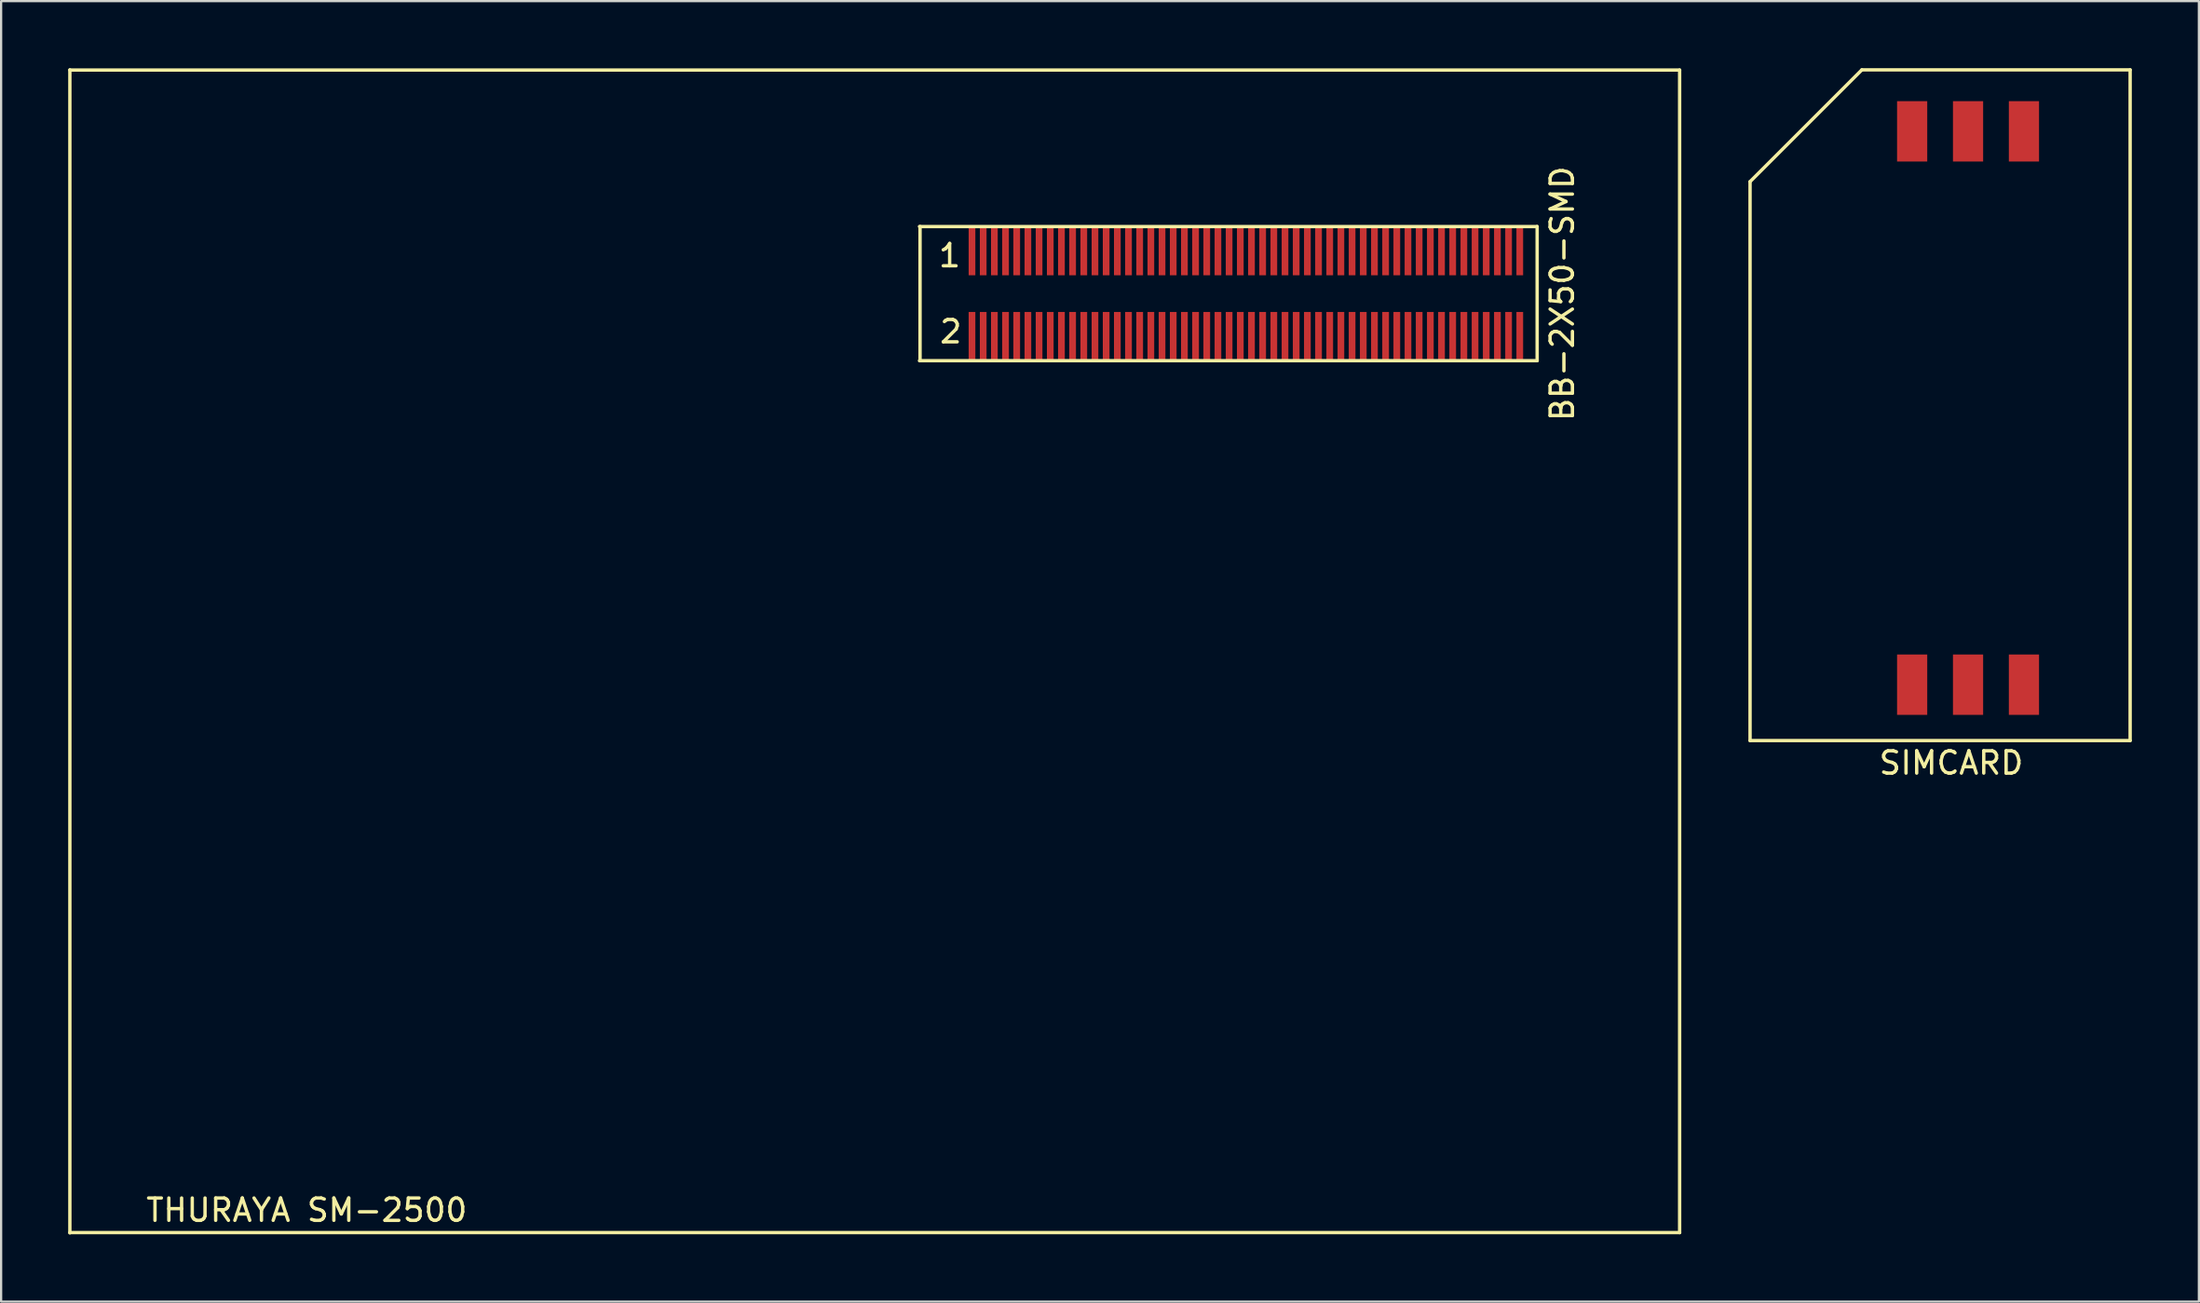
<source format=kicad_pcb>
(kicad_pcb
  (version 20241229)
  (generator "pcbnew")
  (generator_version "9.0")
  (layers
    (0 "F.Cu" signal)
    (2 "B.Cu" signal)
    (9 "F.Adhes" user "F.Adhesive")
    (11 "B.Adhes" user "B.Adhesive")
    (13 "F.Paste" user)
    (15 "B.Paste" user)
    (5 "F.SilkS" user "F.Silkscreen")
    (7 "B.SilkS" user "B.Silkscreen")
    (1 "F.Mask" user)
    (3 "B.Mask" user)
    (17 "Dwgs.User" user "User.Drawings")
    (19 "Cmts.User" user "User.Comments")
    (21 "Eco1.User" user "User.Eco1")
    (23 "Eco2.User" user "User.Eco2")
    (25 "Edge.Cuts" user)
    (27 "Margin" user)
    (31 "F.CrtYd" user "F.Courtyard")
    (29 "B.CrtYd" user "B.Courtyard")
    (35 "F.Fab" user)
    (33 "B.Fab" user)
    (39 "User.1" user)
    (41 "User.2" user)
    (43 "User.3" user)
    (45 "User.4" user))
  (footprint "BB-2X50-SMD"
    (layer "F.Cu")
    (at 65.075 10.083)
    (property "Reference" "BB-2X50-SMD" (at 1.75 0 270) (layer "F.SilkS") (effects (font (size 1 1) (thickness 0.15))))
    (attr smd)
    (fp_line (start -65 -10.008) (end -65 42.012) (stroke (width 0.15) (type solid)) (layer "F.SilkS"))
    (fp_line (start -65 -10) (end 7 -10) (stroke (width 0.15) (type solid)) (layer "F.SilkS"))
    (fp_line (start -27 3) (end 0.627 3) (stroke (width 0.15) (type solid)) (layer "F.SilkS"))
    (fp_line (start -26.974 3) (end -26.974 -3) (stroke (width 0.15) (type solid)) (layer "F.SilkS"))
    (fp_line (start 0.623 -3) (end -27 -3) (stroke (width 0.15) (type solid)) (layer "F.SilkS"))
    (fp_line (start 0.627 3) (end 0.627 -3) (stroke (width 0.15) (type solid)) (layer "F.SilkS"))
    (fp_line (start 7 -10) (end 7 42) (stroke (width 0.15) (type solid)) (layer "F.SilkS"))
    (fp_line (start 7 42) (end -65 42) (stroke (width 0.15) (type solid)) (layer "F.SilkS"))
    (fp_text user "2" (at -25.599 1.701 0) (layer "F.SilkS") (effects (font (size 1 1) (thickness 0.15))))
    (fp_text user "1" (at -25.65 -1.7 0) (layer "F.SilkS") (effects (font (size 1 1) (thickness 0.15))))
    (fp_text user "THURAYA SM-2500" (at -54.407 40.996 0) (layer "F.SilkS") (effects (font (size 1 1) (thickness 0.15))))
    (pad "1" smd rect (at -24.65 -1.9 180) (size 0.3 2.159) (layers "F.Cu" "F.Mask" "F.Paste"))
    (pad "2" smd rect (at -24.65 1.9 180) (size 0.3 2.159) (layers "F.Cu" "F.Mask" "F.Paste"))
    (pad "3" smd rect (at -24.15 -1.9 180) (size 0.3 2.159) (layers "F.Cu" "F.Mask" "F.Paste"))
    (pad "4" smd rect (at -24.15 1.9 180) (size 0.3 2.159) (layers "F.Cu" "F.Mask" "F.Paste"))
    (pad "5" smd rect (at -23.65 -1.9 180) (size 0.3 2.159) (layers "F.Cu" "F.Mask" "F.Paste"))
    (pad "6" smd rect (at -23.65 1.9 180) (size 0.3 2.159) (layers "F.Cu" "F.Mask" "F.Paste"))
    (pad "7" smd rect (at -23.15 -1.9 180) (size 0.3 2.159) (layers "F.Cu" "F.Mask" "F.Paste"))
    (pad "8" smd rect (at -23.15 1.9 180) (size 0.3 2.159) (layers "F.Cu" "F.Mask" "F.Paste"))
    (pad "9" smd rect (at -22.65 -1.9 180) (size 0.3 2.159) (layers "F.Cu" "F.Mask" "F.Paste"))
    (pad "10" smd rect (at -22.65 1.9 180) (size 0.3 2.159) (layers "F.Cu" "F.Mask" "F.Paste"))
    (pad "11" smd rect (at -22.15 -1.9 180) (size 0.3 2.159) (layers "F.Cu" "F.Mask" "F.Paste"))
    (pad "12" smd rect (at -22.15 1.9 180) (size 0.3 2.159) (layers "F.Cu" "F.Mask" "F.Paste"))
    (pad "13" smd rect (at -21.65 -1.9 180) (size 0.3 2.159) (layers "F.Cu" "F.Mask" "F.Paste"))
    (pad "14" smd rect (at -21.65 1.9 180) (size 0.3 2.159) (layers "F.Cu" "F.Mask" "F.Paste"))
    (pad "15" smd rect (at -21.15 -1.9 180) (size 0.3 2.159) (layers "F.Cu" "F.Mask" "F.Paste"))
    (pad "16" smd rect (at -21.15 1.9 180) (size 0.3 2.159) (layers "F.Cu" "F.Mask" "F.Paste"))
    (pad "17" smd rect (at -20.65 -1.9 180) (size 0.3 2.159) (layers "F.Cu" "F.Mask" "F.Paste"))
    (pad "18" smd rect (at -20.65 1.9 180) (size 0.3 2.159) (layers "F.Cu" "F.Mask" "F.Paste"))
    (pad "19" smd rect (at -20.15 -1.9 180) (size 0.3 2.159) (layers "F.Cu" "F.Mask" "F.Paste"))
    (pad "20" smd rect (at -20.15 1.9 180) (size 0.3 2.159) (layers "F.Cu" "F.Mask" "F.Paste"))
    (pad "21" smd rect (at -19.65 -1.9 180) (size 0.3 2.159) (layers "F.Cu" "F.Mask" "F.Paste"))
    (pad "22" smd rect (at -19.65 1.9 180) (size 0.3 2.159) (layers "F.Cu" "F.Mask" "F.Paste"))
    (pad "23" smd rect (at -19.15 -1.9 180) (size 0.3 2.159) (layers "F.Cu" "F.Mask" "F.Paste"))
    (pad "24" smd rect (at -19.15 1.9 180) (size 0.3 2.159) (layers "F.Cu" "F.Mask" "F.Paste"))
    (pad "25" smd rect (at -18.65 -1.9 180) (size 0.3 2.159) (layers "F.Cu" "F.Mask" "F.Paste"))
    (pad "26" smd rect (at -18.65 1.9 180) (size 0.3 2.159) (layers "F.Cu" "F.Mask" "F.Paste"))
    (pad "27" smd rect (at -18.15 -1.9 180) (size 0.3 2.159) (layers "F.Cu" "F.Mask" "F.Paste"))
    (pad "28" smd rect (at -18.15 1.9 180) (size 0.3 2.159) (layers "F.Cu" "F.Mask" "F.Paste"))
    (pad "29" smd rect (at -17.65 -1.9 180) (size 0.3 2.159) (layers "F.Cu" "F.Mask" "F.Paste"))
    (pad "30" smd rect (at -17.65 1.9 180) (size 0.3 2.159) (layers "F.Cu" "F.Mask" "F.Paste"))
    (pad "31" smd rect (at -17.15 -1.9 180) (size 0.3 2.159) (layers "F.Cu" "F.Mask" "F.Paste"))
    (pad "32" smd rect (at -17.15 1.9 180) (size 0.3 2.159) (layers "F.Cu" "F.Mask" "F.Paste"))
    (pad "33" smd rect (at -16.65 -1.9 180) (size 0.3 2.159) (layers "F.Cu" "F.Mask" "F.Paste"))
    (pad "34" smd rect (at -16.65 1.9 180) (size 0.3 2.159) (layers "F.Cu" "F.Mask" "F.Paste"))
    (pad "35" smd rect (at -16.15 -1.9 180) (size 0.3 2.159) (layers "F.Cu" "F.Mask" "F.Paste"))
    (pad "36" smd rect (at -16.15 1.9 180) (size 0.3 2.159) (layers "F.Cu" "F.Mask" "F.Paste"))
    (pad "37" smd rect (at -15.65 -1.9 180) (size 0.3 2.159) (layers "F.Cu" "F.Mask" "F.Paste"))
    (pad "38" smd rect (at -15.65 1.9 180) (size 0.3 2.159) (layers "F.Cu" "F.Mask" "F.Paste"))
    (pad "39" smd rect (at -15.15 -1.9 180) (size 0.3 2.159) (layers "F.Cu" "F.Mask" "F.Paste"))
    (pad "40" smd rect (at -15.15 1.9 180) (size 0.3 2.159) (layers "F.Cu" "F.Mask" "F.Paste"))
    (pad "41" smd rect (at -14.65 -1.9 180) (size 0.3 2.159) (layers "F.Cu" "F.Mask" "F.Paste"))
    (pad "42" smd rect (at -14.65 1.9 180) (size 0.3 2.159) (layers "F.Cu" "F.Mask" "F.Paste"))
    (pad "43" smd rect (at -14.15 -1.9 180) (size 0.3 2.159) (layers "F.Cu" "F.Mask" "F.Paste"))
    (pad "44" smd rect (at -14.15 1.9 180) (size 0.3 2.159) (layers "F.Cu" "F.Mask" "F.Paste"))
    (pad "45" smd rect (at -13.65 -1.9 180) (size 0.3 2.159) (layers "F.Cu" "F.Mask" "F.Paste"))
    (pad "46" smd rect (at -13.65 1.9 180) (size 0.3 2.159) (layers "F.Cu" "F.Mask" "F.Paste"))
    (pad "47" smd rect (at -13.15 -1.9 180) (size 0.3 2.159) (layers "F.Cu" "F.Mask" "F.Paste"))
    (pad "48" smd rect (at -13.15 1.9 180) (size 0.3 2.159) (layers "F.Cu" "F.Mask" "F.Paste"))
    (pad "49" smd rect (at -12.65 -1.9 180) (size 0.3 2.159) (layers "F.Cu" "F.Mask" "F.Paste"))
    (pad "50" smd rect (at -12.65 1.9 180) (size 0.3 2.159) (layers "F.Cu" "F.Mask" "F.Paste"))
    (pad "51" smd rect (at -12.15 -1.9 180) (size 0.3 2.159) (layers "F.Cu" "F.Mask" "F.Paste"))
    (pad "52" smd rect (at -12.15 1.9 180) (size 0.3 2.159) (layers "F.Cu" "F.Mask" "F.Paste"))
    (pad "53" smd rect (at -11.65 -1.9 180) (size 0.3 2.159) (layers "F.Cu" "F.Mask" "F.Paste"))
    (pad "54" smd rect (at -11.65 1.9 180) (size 0.3 2.159) (layers "F.Cu" "F.Mask" "F.Paste"))
    (pad "55" smd rect (at -11.15 -1.9 180) (size 0.3 2.159) (layers "F.Cu" "F.Mask" "F.Paste"))
    (pad "56" smd rect (at -11.15 1.9 180) (size 0.3 2.159) (layers "F.Cu" "F.Mask" "F.Paste"))
    (pad "57" smd rect (at -10.65 -1.9 180) (size 0.3 2.159) (layers "F.Cu" "F.Mask" "F.Paste"))
    (pad "58" smd rect (at -10.65 1.9 180) (size 0.3 2.159) (layers "F.Cu" "F.Mask" "F.Paste"))
    (pad "59" smd rect (at -10.15 -1.9 180) (size 0.3 2.159) (layers "F.Cu" "F.Mask" "F.Paste"))
    (pad "60" smd rect (at -10.15 1.9 180) (size 0.3 2.159) (layers "F.Cu" "F.Mask" "F.Paste"))
    (pad "61" smd rect (at -9.65 -1.9 180) (size 0.3 2.159) (layers "F.Cu" "F.Mask" "F.Paste"))
    (pad "62" smd rect (at -9.65 1.9 180) (size 0.3 2.159) (layers "F.Cu" "F.Mask" "F.Paste"))
    (pad "63" smd rect (at -9.15 -1.9 180) (size 0.3 2.159) (layers "F.Cu" "F.Mask" "F.Paste"))
    (pad "64" smd rect (at -9.15 1.9 180) (size 0.3 2.159) (layers "F.Cu" "F.Mask" "F.Paste"))
    (pad "65" smd rect (at -8.65 -1.9 180) (size 0.3 2.159) (layers "F.Cu" "F.Mask" "F.Paste"))
    (pad "66" smd rect (at -8.65 1.9 180) (size 0.3 2.159) (layers "F.Cu" "F.Mask" "F.Paste"))
    (pad "67" smd rect (at -8.15 -1.9 180) (size 0.3 2.159) (layers "F.Cu" "F.Mask" "F.Paste"))
    (pad "68" smd rect (at -8.15 1.9 180) (size 0.3 2.159) (layers "F.Cu" "F.Mask" "F.Paste"))
    (pad "69" smd rect (at -7.65 -1.9 180) (size 0.3 2.159) (layers "F.Cu" "F.Mask" "F.Paste"))
    (pad "70" smd rect (at -7.65 1.9 180) (size 0.3 2.159) (layers "F.Cu" "F.Mask" "F.Paste"))
    (pad "71" smd rect (at -7.15 -1.9 180) (size 0.3 2.159) (layers "F.Cu" "F.Mask" "F.Paste"))
    (pad "72" smd rect (at -7.15 1.9 180) (size 0.3 2.159) (layers "F.Cu" "F.Mask" "F.Paste"))
    (pad "73" smd rect (at -6.65 -1.9 180) (size 0.3 2.159) (layers "F.Cu" "F.Mask" "F.Paste"))
    (pad "74" smd rect (at -6.65 1.9 180) (size 0.3 2.159) (layers "F.Cu" "F.Mask" "F.Paste"))
    (pad "75" smd rect (at -6.15 -1.9 180) (size 0.3 2.159) (layers "F.Cu" "F.Mask" "F.Paste"))
    (pad "76" smd rect (at -6.15 1.9 180) (size 0.3 2.159) (layers "F.Cu" "F.Mask" "F.Paste"))
    (pad "77" smd rect (at -5.65 -1.9 180) (size 0.3 2.159) (layers "F.Cu" "F.Mask" "F.Paste"))
    (pad "78" smd rect (at -5.65 1.9 180) (size 0.3 2.159) (layers "F.Cu" "F.Mask" "F.Paste"))
    (pad "79" smd rect (at -5.15 -1.9 180) (size 0.3 2.159) (layers "F.Cu" "F.Mask" "F.Paste"))
    (pad "80" smd rect (at -5.15 1.9 180) (size 0.3 2.159) (layers "F.Cu" "F.Mask" "F.Paste"))
    (pad "81" smd rect (at -4.65 -1.9 180) (size 0.3 2.159) (layers "F.Cu" "F.Mask" "F.Paste"))
    (pad "82" smd rect (at -4.65 1.9 180) (size 0.3 2.159) (layers "F.Cu" "F.Mask" "F.Paste"))
    (pad "83" smd rect (at -4.15 -1.9 180) (size 0.3 2.159) (layers "F.Cu" "F.Mask" "F.Paste"))
    (pad "84" smd rect (at -4.15 1.9 180) (size 0.3 2.159) (layers "F.Cu" "F.Mask" "F.Paste"))
    (pad "85" smd rect (at -3.65 -1.9 180) (size 0.3 2.159) (layers "F.Cu" "F.Mask" "F.Paste"))
    (pad "86" smd rect (at -3.65 1.9 180) (size 0.3 2.159) (layers "F.Cu" "F.Mask" "F.Paste"))
    (pad "87" smd rect (at -3.15 -1.9 180) (size 0.3 2.159) (layers "F.Cu" "F.Mask" "F.Paste"))
    (pad "88" smd rect (at -3.15 1.9 180) (size 0.3 2.159) (layers "F.Cu" "F.Mask" "F.Paste"))
    (pad "89" smd rect (at -2.65 -1.9 180) (size 0.3 2.159) (layers "F.Cu" "F.Mask" "F.Paste"))
    (pad "90" smd rect (at -2.65 1.9 180) (size 0.3 2.159) (layers "F.Cu" "F.Mask" "F.Paste"))
    (pad "91" smd rect (at -2.15 -1.9 180) (size 0.3 2.159) (layers "F.Cu" "F.Mask" "F.Paste"))
    (pad "92" smd rect (at -2.15 1.9 180) (size 0.3 2.159) (layers "F.Cu" "F.Mask" "F.Paste"))
    (pad "93" smd rect (at -1.65 -1.9 180) (size 0.3 2.159) (layers "F.Cu" "F.Mask" "F.Paste"))
    (pad "94" smd rect (at -1.65 1.9 180) (size 0.3 2.159) (layers "F.Cu" "F.Mask" "F.Paste"))
    (pad "95" smd rect (at -1.15 -1.9 180) (size 0.3 2.159) (layers "F.Cu" "F.Mask" "F.Paste"))
    (pad "96" smd rect (at -1.15 1.9 180) (size 0.3 2.159) (layers "F.Cu" "F.Mask" "F.Paste"))
    (pad "97" smd rect (at -0.65 -1.9 180) (size 0.3 2.159) (layers "F.Cu" "F.Mask" "F.Paste"))
    (pad "98" smd rect (at -0.65 1.9 180) (size 0.3 2.159) (layers "F.Cu" "F.Mask" "F.Paste"))
    (pad "99" smd rect (at -0.15 -1.9 180) (size 0.3 2.159) (layers "F.Cu" "F.Mask" "F.Paste"))
    (pad "100" smd rect (at -0.15 1.9 180) (size 0.3 2.159) (layers "F.Cu" "F.Mask" "F.Paste")))
  (footprint "SIMCARD"
    (layer "F.Cu")
    (at 84.725 16.575)
    (property "Reference" "SIMCARD" (at -0.5 14.5 0) (layer "F.SilkS") (effects (font (size 1 1) (thickness 0.15))))
    (attr through_hole)
    (fp_line (start -9.5 -11.5) (end -9.5 13.5) (stroke (width 0.15) (type solid)) (layer "F.SilkS"))
    (fp_line (start -9.5 -11.5) (end -4.5 -16.5) (stroke (width 0.15) (type solid)) (layer "F.SilkS"))
    (fp_line (start -4.5 -16.5) (end 7.5 -16.5) (stroke (width 0.15) (type solid)) (layer "F.SilkS"))
    (fp_line (start 7.5 -16.5) (end 7.5 13.5) (stroke (width 0.15) (type solid)) (layer "F.SilkS"))
    (fp_line (start 7.5 13.5) (end -9.5 13.5) (stroke (width 0.15) (type solid)) (layer "F.SilkS"))
    (pad "1" smd rect (at 2.75 11) (size 1.35 2.7) (layers "F.Cu" "F.Mask" "F.Paste"))
    (pad "2" smd rect (at 0.25 11) (size 1.35 2.7) (layers "F.Cu" "F.Mask" "F.Paste"))
    (pad "3" smd rect (at -2.25 11) (size 1.35 2.7) (layers "F.Cu" "F.Mask" "F.Paste"))
    (pad "4" smd rect (at 2.75 -13.75) (size 1.35 2.7) (layers "F.Cu" "F.Mask" "F.Paste"))
    (pad "5" smd rect (at 0.25 -13.75) (size 1.35 2.7) (layers "F.Cu" "F.Mask" "F.Paste"))
    (pad "6" smd rect (at -2.25 -13.75) (size 1.35 2.7) (layers "F.Cu" "F.Mask" "F.Paste")))
  (gr_rect
    (start -3 -3)
    (end 95.3 55.169)
    (stroke (width 0.1) (type default))
    (fill no)
    (layer "Edge.Cuts")))
</source>
